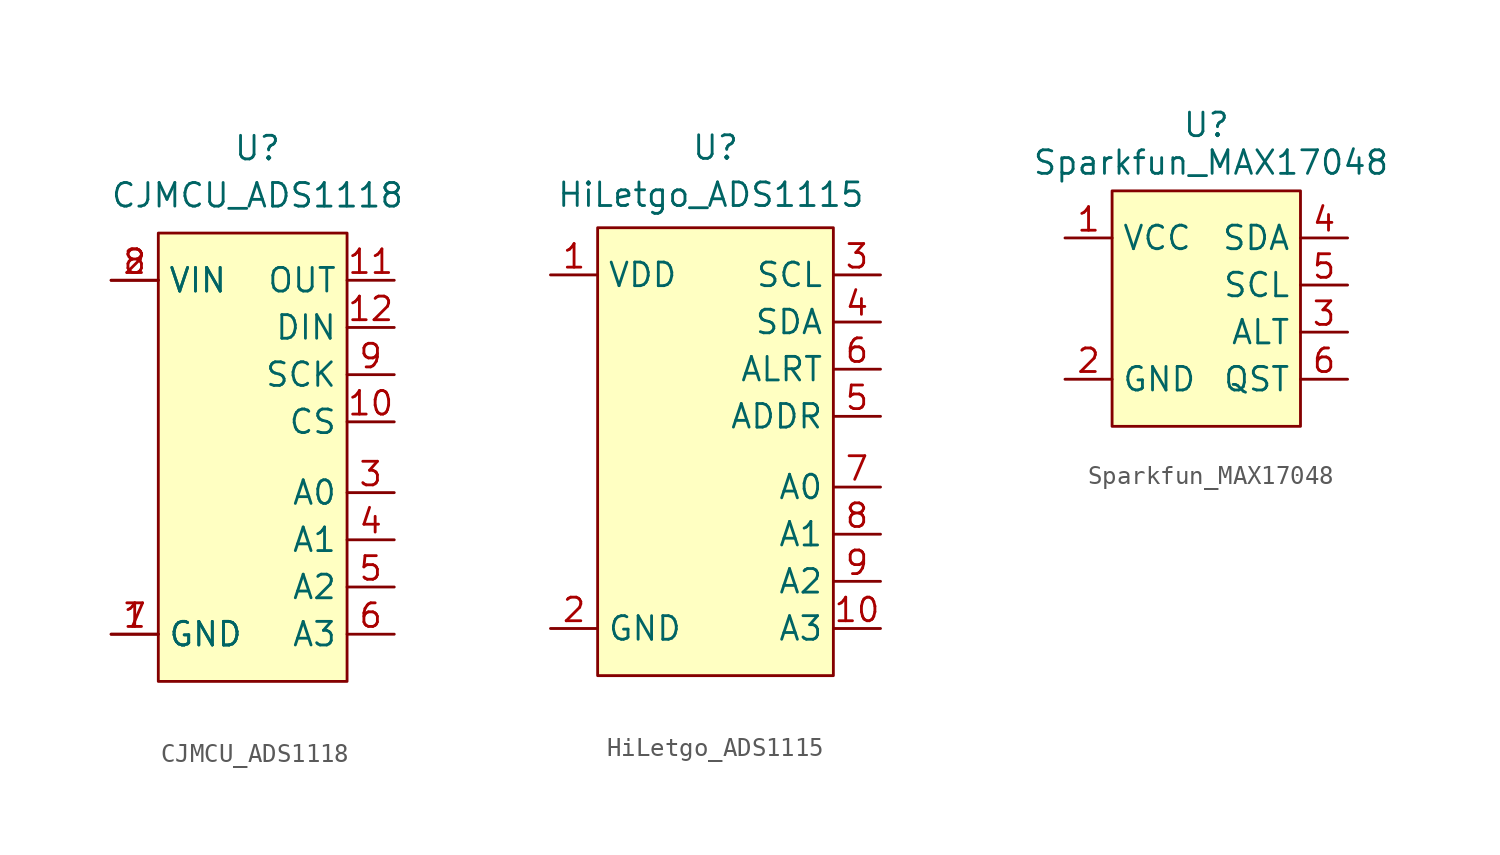
<source format=kicad_sym>
(kicad_symbol_lib
  (version 20241209)
  (generator "kicad_symbol_editor")
  (generator_version "9.0")
  (symbol "CJMCU_ADS1118"
    (property "Reference" "U"
      (at 0.254 7.112 0)
      (effects (font (size 1.27 1.27))))
    (property "Value" "CJMCU_ADS1118"
      (at 0.254 4.572 0)
      (effects (font (size 1.27 1.27))))
    (symbol "CJMCU_ADS1118_1_1"
      (rectangle (start -5.08 2.54) (end 5.08 -21.59) (stroke (width 0) (type default)) (fill (type background)))
      (pin power_in line (at -7.62 0 0) (length 2.54) (name "VIN" (effects (font (size 1.27 1.27)))) (number "2" (effects (font (size 1.27 1.27)))))
      (pin power_in line (at -7.62 0 0) (length 2.54) (name "VIN" (effects (font (size 1.27 1.27)))) (number "8" (effects (font (size 1.27 1.27)))))
      (pin power_in line (at -7.62 -19.05 0) (length 2.54) (name "GND" (effects (font (size 1.27 1.27)))) (number "1" (effects (font (size 1.27 1.27)))))
      (pin power_in line (at -7.62 -19.05 0) (length 2.54) (name "GND" (effects (font (size 1.27 1.27)))) (number "7" (effects (font (size 1.27 1.27)))))
      (pin output line (at 7.62 0 180) (length 2.54) (name "OUT" (effects (font (size 1.27 1.27)))) (number "11" (effects (font (size 1.27 1.27)))))
      (pin input line (at 7.62 -2.54 180) (length 2.54) (name "DIN" (effects (font (size 1.27 1.27)))) (number "12" (effects (font (size 1.27 1.27)))))
      (pin input line (at 7.62 -5.08 180) (length 2.54) (name "SCK" (effects (font (size 1.27 1.27)))) (number "9" (effects (font (size 1.27 1.27)))))
      (pin input line (at 7.62 -7.62 180) (length 2.54) (name "CS" (effects (font (size 1.27 1.27)))) (number "10" (effects (font (size 1.27 1.27)))))
      (pin input line (at 7.62 -11.43 180) (length 2.54) (name "A0" (effects (font (size 1.27 1.27)))) (number "3" (effects (font (size 1.27 1.27)))))
      (pin input line (at 7.62 -13.97 180) (length 2.54) (name "A1" (effects (font (size 1.27 1.27)))) (number "4" (effects (font (size 1.27 1.27)))))
      (pin input line (at 7.62 -16.51 180) (length 2.54) (name "A2" (effects (font (size 1.27 1.27)))) (number "5" (effects (font (size 1.27 1.27)))))
      (pin input line (at 7.62 -19.05 180) (length 2.54) (name "A3" (effects (font (size 1.27 1.27)))) (number "6" (effects (font (size 1.27 1.27)))))))
  (symbol "HiLetgo_ADS1115"
    (property "Reference" "U"
      (at 0 6.858 0)
      (effects (font (size 1.27 1.27))))
    (property "Value" "HiLetgo_ADS1115"
      (at -0.254 4.318 0)
      (effects (font (size 1.27 1.27))))
    (symbol "HiLetgo_ADS1115_1_1"
      (rectangle (start -6.35 2.54) (end 6.35 -21.59) (stroke (width 0) (type default)) (fill (type background)))
      (pin power_in line (at -8.89 0 0) (length 2.54) (name "VDD" (effects (font (size 1.27 1.27)))) (number "1" (effects (font (size 1.27 1.27)))))
      (pin power_in line (at -8.89 -19.05 0) (length 2.54) (name "GND" (effects (font (size 1.27 1.27)))) (number "2" (effects (font (size 1.27 1.27)))))
      (pin input line (at 8.89 0 180) (length 2.54) (name "SCL" (effects (font (size 1.27 1.27)))) (number "3" (effects (font (size 1.27 1.27)))))
      (pin bidirectional line (at 8.89 -2.54 180) (length 2.54) (name "SDA" (effects (font (size 1.27 1.27)))) (number "4" (effects (font (size 1.27 1.27)))))
      (pin output line (at 8.89 -5.08 180) (length 2.54) (name "ALRT" (effects (font (size 1.27 1.27)))) (number "6" (effects (font (size 1.27 1.27)))))
      (pin input line (at 8.89 -7.62 180) (length 2.54) (name "ADDR" (effects (font (size 1.27 1.27)))) (number "5" (effects (font (size 1.27 1.27)))))
      (pin input line (at 8.89 -11.43 180) (length 2.54) (name "A0" (effects (font (size 1.27 1.27)))) (number "7" (effects (font (size 1.27 1.27)))))
      (pin input line (at 8.89 -13.97 180) (length 2.54) (name "A1" (effects (font (size 1.27 1.27)))) (number "8" (effects (font (size 1.27 1.27)))))
      (pin input line (at 8.89 -16.51 180) (length 2.54) (name "A2" (effects (font (size 1.27 1.27)))) (number "9" (effects (font (size 1.27 1.27)))))
      (pin input line (at 8.89 -19.05 180) (length 2.54) (name "A3" (effects (font (size 1.27 1.27)))) (number "10" (effects (font (size 1.27 1.27)))))))
  (symbol "Sparkfun_MAX17048"
    (property "Reference" "U"
      (at 0 6.096 0)
      (effects (font (size 1.27 1.27))))
    (property "Value" "Sparkfun_MAX17048"
      (at 0.254 4.064 0)
      (effects (font (size 1.27 1.27))))
    (symbol "Sparkfun_MAX17048_1_1"
      (rectangle (start -5.08 2.54) (end 5.08 -10.16) (stroke (width 0) (type default)) (fill (type background)))
      (pin power_in line (at -7.62 0 0) (length 2.54) (name "VCC" (effects (font (size 1.27 1.27)))) (number "1" (effects (font (size 1.27 1.27)))))
      (pin power_in line (at -7.62 -7.62 0) (length 2.54) (name "GND" (effects (font (size 1.27 1.27)))) (number "2" (effects (font (size 1.27 1.27)))))
      (pin bidirectional line (at 7.62 0 180) (length 2.54) (name "SDA" (effects (font (size 1.27 1.27)))) (number "4" (effects (font (size 1.27 1.27)))))
      (pin input line (at 7.62 -2.54 180) (length 2.54) (name "SCL" (effects (font (size 1.27 1.27)))) (number "5" (effects (font (size 1.27 1.27)))))
      (pin output line (at 7.62 -5.08 180) (length 2.54) (name "ALT" (effects (font (size 1.27 1.27)))) (number "3" (effects (font (size 1.27 1.27)))))
      (pin input line (at 7.62 -7.62 180) (length 2.54) (name "QST" (effects (font (size 1.27 1.27)))) (number "6" (effects (font (size 1.27 1.27))))))))
</source>
